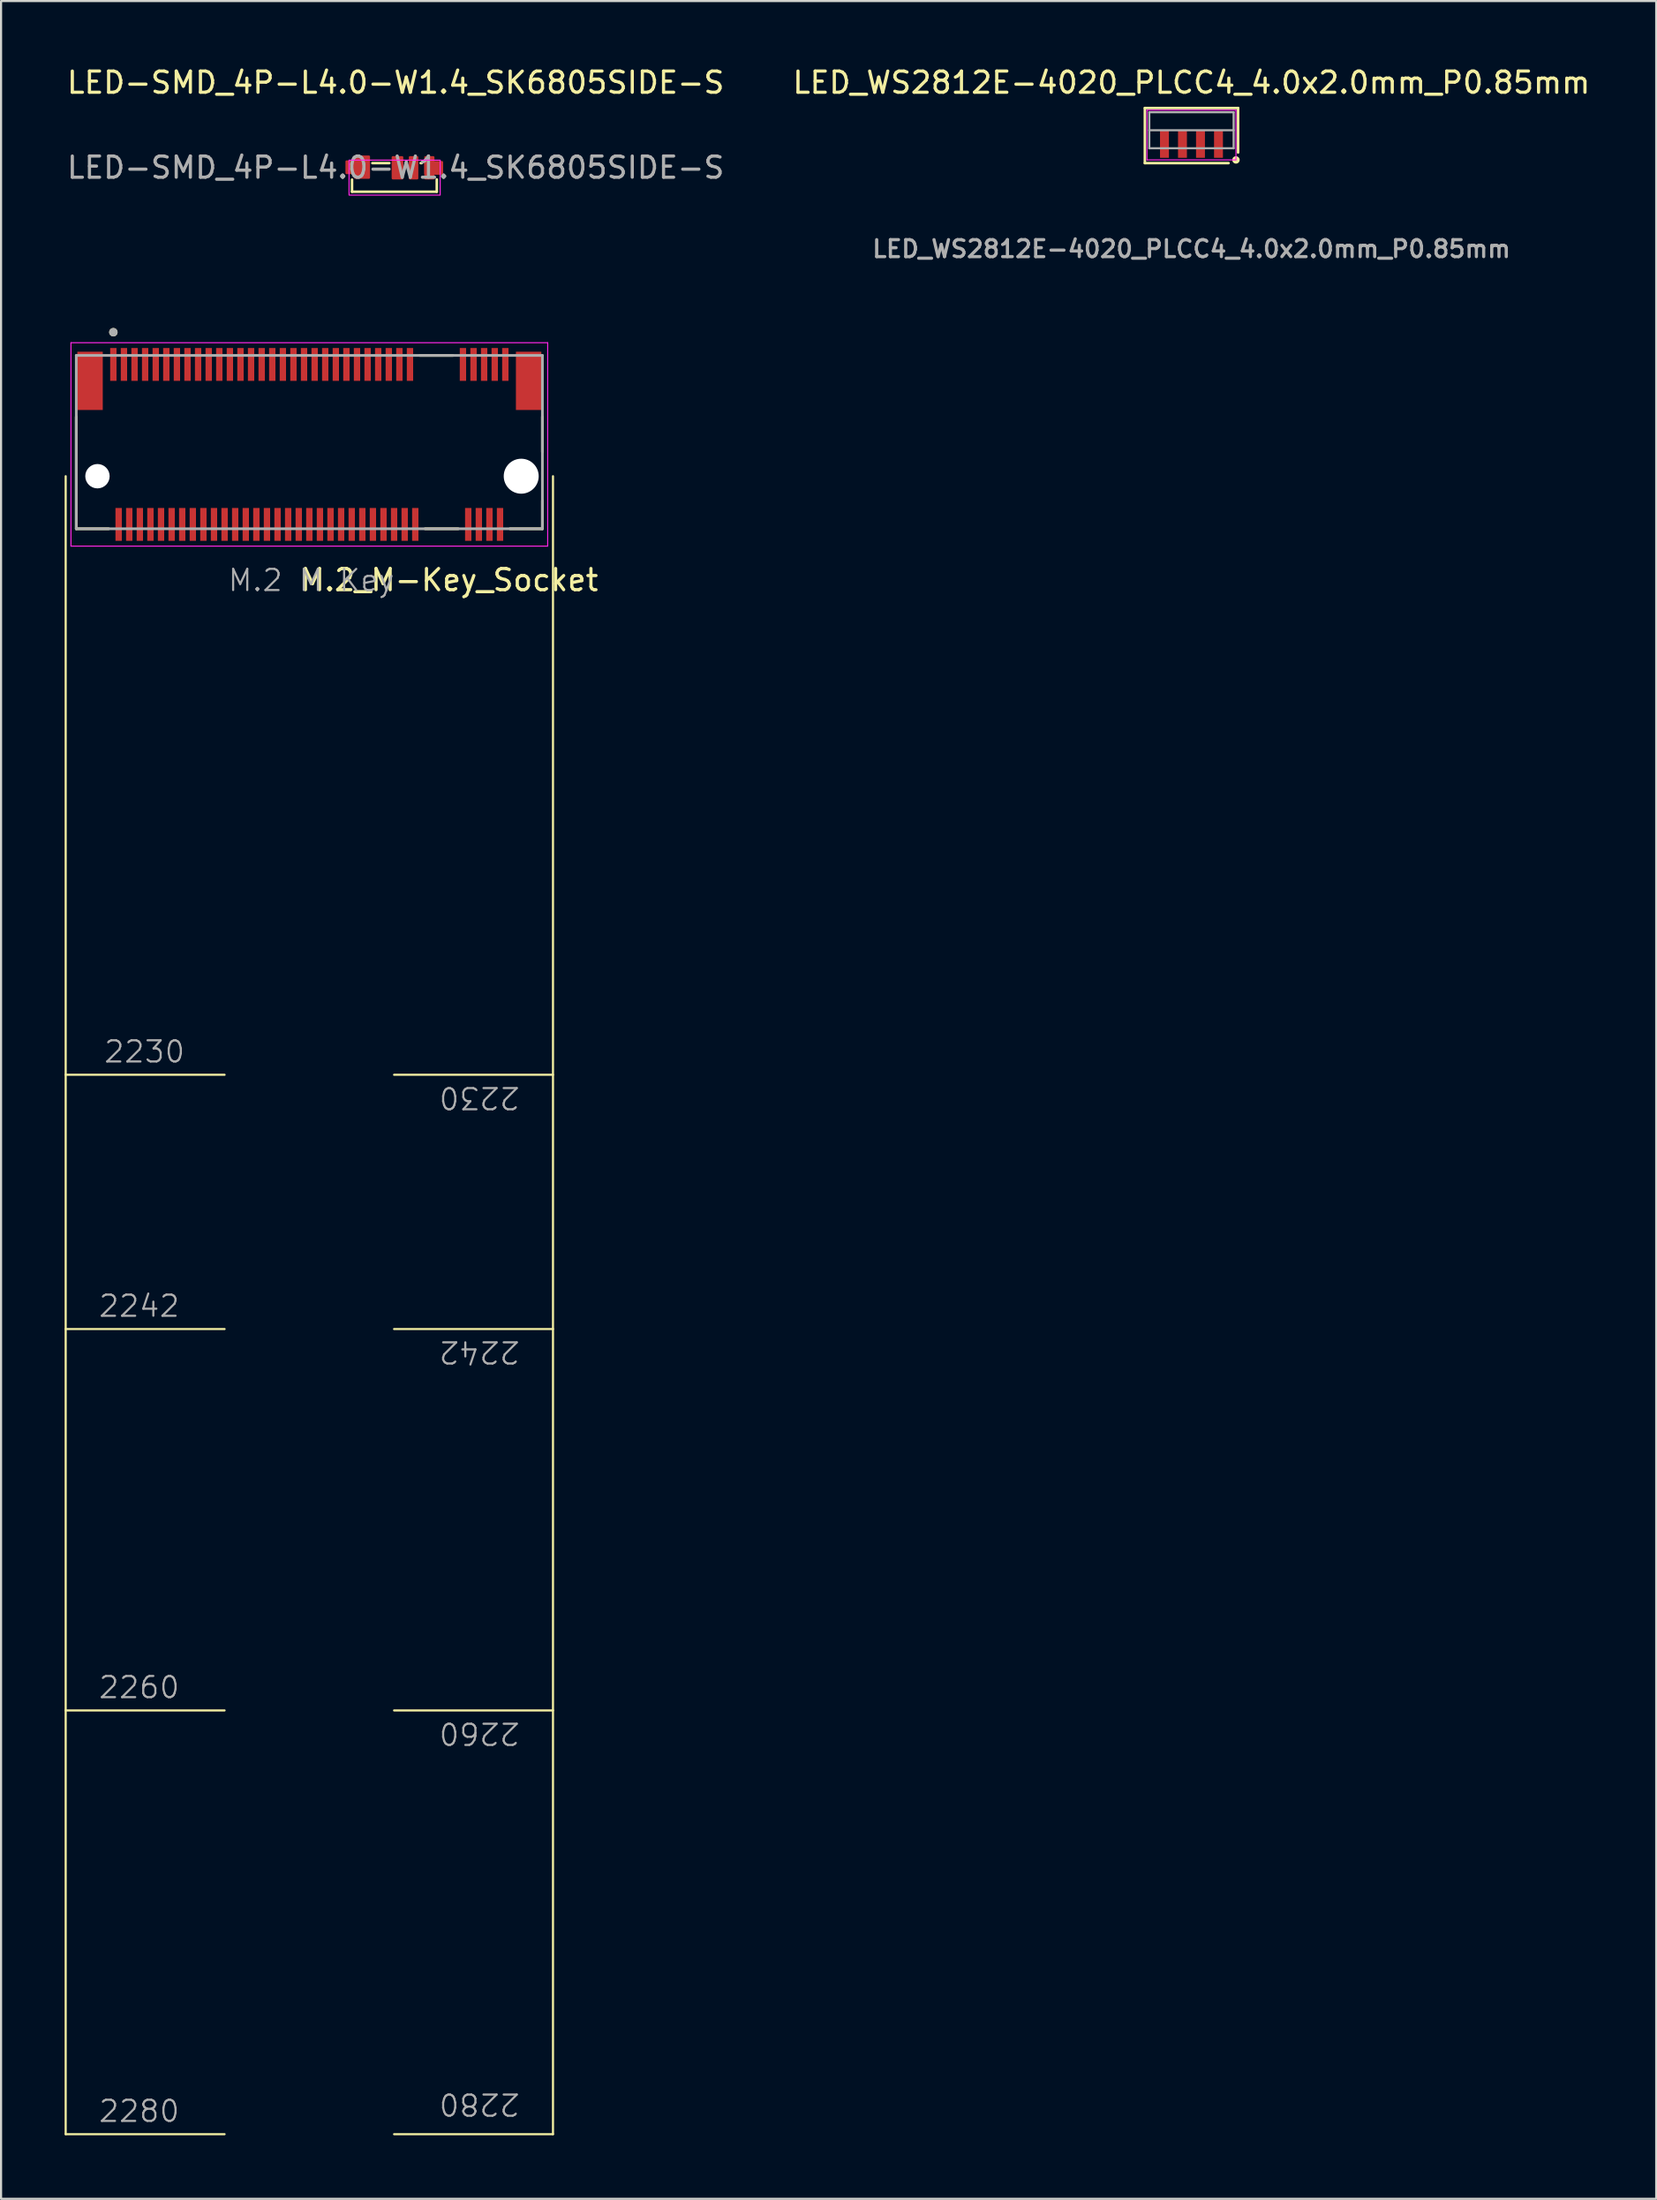
<source format=kicad_pcb>
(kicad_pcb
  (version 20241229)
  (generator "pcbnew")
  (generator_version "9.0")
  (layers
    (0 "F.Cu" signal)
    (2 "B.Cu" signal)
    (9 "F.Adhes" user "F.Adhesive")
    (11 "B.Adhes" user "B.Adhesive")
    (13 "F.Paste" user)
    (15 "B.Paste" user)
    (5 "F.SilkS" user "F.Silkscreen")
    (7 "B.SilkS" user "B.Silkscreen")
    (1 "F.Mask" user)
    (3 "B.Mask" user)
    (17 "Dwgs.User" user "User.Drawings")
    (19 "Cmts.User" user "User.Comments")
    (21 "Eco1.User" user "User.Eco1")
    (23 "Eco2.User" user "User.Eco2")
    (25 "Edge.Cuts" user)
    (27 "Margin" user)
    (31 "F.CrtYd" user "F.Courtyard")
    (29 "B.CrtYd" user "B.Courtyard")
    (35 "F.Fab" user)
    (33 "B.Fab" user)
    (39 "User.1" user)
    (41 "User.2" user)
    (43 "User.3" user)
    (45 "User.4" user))
  (footprint "M.2_M-Key_Socket"
    (layer "F.Cu")
    (at 11.55 19.425)
    (property "Reference" "M.2_M-Key_Socket" (at 6.6 4.9 0) (layer "F.SilkS") (effects (font (size 1 1) (thickness 0.15))))
    (fp_line (start -11.5 0) (end -11.5 78.25) (stroke (width 0.1) (type default)) (layer "F.SilkS"))
    (fp_line (start -11.5 28.25) (end -4 28.25) (stroke (width 0.1) (type default)) (layer "F.SilkS"))
    (fp_line (start -11.5 40.25) (end -4 40.25) (stroke (width 0.1) (type default)) (layer "F.SilkS"))
    (fp_line (start -11.5 58.25) (end -4 58.25) (stroke (width 0.1) (type default)) (layer "F.SilkS"))
    (fp_line (start -11.5 78.25) (end -4 78.25) (stroke (width 0.1) (type default)) (layer "F.SilkS"))
    (fp_line (start -11 2.48) (end -11 -2.805) (stroke (width 0.127) (type solid)) (layer "F.SilkS"))
    (fp_line (start -9.47 2.48) (end -11 2.48) (stroke (width 0.127) (type solid)) (layer "F.SilkS"))
    (fp_line (start 4 28.25) (end 11.5 28.25) (stroke (width 0.1) (type default)) (layer "F.SilkS"))
    (fp_line (start 4 40.25) (end 11.5 40.25) (stroke (width 0.1) (type default)) (layer "F.SilkS"))
    (fp_line (start 4 58.25) (end 11.5 58.25) (stroke (width 0.1) (type default)) (layer "F.SilkS"))
    (fp_line (start 4 78.25) (end 11.5 78.25) (stroke (width 0.1) (type default)) (layer "F.SilkS"))
    (fp_line (start 5.213 -5.7) (end 6.777 -5.7) (stroke (width 0.127) (type solid)) (layer "F.SilkS"))
    (fp_line (start 5.463 2.48) (end 7.027 2.48) (stroke (width 0.127) (type solid)) (layer "F.SilkS"))
    (fp_line (start 11 -2.805) (end 11 -1.145) (stroke (width 0.127) (type solid)) (layer "F.SilkS"))
    (fp_line (start 11 2.48) (end 9.47 2.48) (stroke (width 0.127) (type solid)) (layer "F.SilkS"))
    (fp_line (start 11 2.48) (end 11 1.145) (stroke (width 0.127) (type solid)) (layer "F.SilkS"))
    (fp_line (start 11.5 78.25) (end 11.5 0) (stroke (width 0.1) (type default)) (layer "F.SilkS"))
    (fp_circle (center -9.25 -6.796) (end -9.15 -6.796) (stroke (width 0.2) (type solid)) (fill no) (layer "F.SilkS"))
    (fp_line (start -11.25 -6.3) (end -11.25 3.3) (stroke (width 0.05) (type solid)) (layer "F.CrtYd"))
    (fp_line (start -11.25 3.3) (end 11.25 3.3) (stroke (width 0.05) (type solid)) (layer "F.CrtYd"))
    (fp_line (start 11.25 -6.3) (end -11.25 -6.3) (stroke (width 0.05) (type solid)) (layer "F.CrtYd"))
    (fp_line (start 11.25 3.3) (end 11.25 -6.3) (stroke (width 0.05) (type solid)) (layer "F.CrtYd"))
    (fp_line (start -11 -5.7) (end 11 -5.7) (stroke (width 0.127) (type solid)) (layer "F.Fab"))
    (fp_line (start -11 2.48) (end -11 -5.7) (stroke (width 0.127) (type solid)) (layer "F.Fab"))
    (fp_line (start 11 -5.7) (end 11 2.48) (stroke (width 0.127) (type solid)) (layer "F.Fab"))
    (fp_line (start 11 2.48) (end -11 2.48) (stroke (width 0.127) (type solid)) (layer "F.Fab"))
    (fp_circle (center -9.25 -6.796) (end -9.15 -6.796) (stroke (width 0.2) (type solid)) (fill no) (layer "F.Fab"))
    (fp_text user "2260" (at -10 57.75 0) (unlocked yes) (layer "F.Fab") (effects (font (size 1 1) (thickness 0.1)) (justify left bottom)))
    (fp_text user "2242" (at -10 39.75 0) (unlocked yes) (layer "F.Fab") (effects (font (size 1 1) (thickness 0.1)) (justify left bottom)))
    (fp_text user "M.2 M Key" (at -3.9 5.5 0) (unlocked yes) (layer "F.Fab") (effects (font (size 1 1) (thickness 0.1)) (justify left bottom)))
    (fp_text user "2230" (at 10 28.75 180) (unlocked yes) (layer "F.Fab") (effects (font (size 1 1) (thickness 0.1)) (justify left bottom)))
    (fp_text user "2280" (at -10 77.75 0) (unlocked yes) (layer "F.Fab") (effects (font (size 1 1) (thickness 0.1)) (justify left bottom)))
    (fp_text user "2260" (at 10 58.75 180) (unlocked yes) (layer "F.Fab") (effects (font (size 1 1) (thickness 0.1)) (justify left bottom)))
    (fp_text user "2280" (at 10 76.25 180) (unlocked yes) (layer "F.Fab") (effects (font (size 1 1) (thickness 0.1)) (justify left bottom)))
    (fp_text user "2242" (at 10 40.75 180) (unlocked yes) (layer "F.Fab") (effects (font (size 1 1) (thickness 0.1)) (justify left bottom)))
    (fp_text user "2230" (at -9.75 27.75 0) (unlocked yes) (layer "F.Fab") (effects (font (size 1 1) (thickness 0.1)) (justify left bottom)))
    (pad "" np_thru_hole circle (at -10 0) (size 1.15 1.15) (drill 1.15) (layers "*.Cu" "*.Mask"))
    (pad "" np_thru_hole circle (at 10 0) (size 1.65 1.65) (drill 1.65) (layers "*.Cu" "*.Mask"))
    (pad "1" smd rect (at -9.25 -5.275) (size 0.3 1.55) (layers "F.Cu" "F.Mask" "F.Paste"))
    (pad "2" smd rect (at -9 2.275) (size 0.3 1.55) (layers "F.Cu" "F.Mask" "F.Paste"))
    (pad "3" smd rect (at -8.75 -5.275) (size 0.3 1.55) (layers "F.Cu" "F.Mask" "F.Paste"))
    (pad "4" smd rect (at -8.5 2.275) (size 0.3 1.55) (layers "F.Cu" "F.Mask" "F.Paste"))
    (pad "5" smd rect (at -8.25 -5.275) (size 0.3 1.55) (layers "F.Cu" "F.Mask" "F.Paste"))
    (pad "6" smd rect (at -8 2.275) (size 0.3 1.55) (layers "F.Cu" "F.Mask" "F.Paste"))
    (pad "7" smd rect (at -7.75 -5.275) (size 0.3 1.55) (layers "F.Cu" "F.Mask" "F.Paste"))
    (pad "8" smd rect (at -7.5 2.275) (size 0.3 1.55) (layers "F.Cu" "F.Mask" "F.Paste"))
    (pad "9" smd rect (at -7.25 -5.275) (size 0.3 1.55) (layers "F.Cu" "F.Mask" "F.Paste"))
    (pad "10" smd rect (at -7 2.275) (size 0.3 1.55) (layers "F.Cu" "F.Mask" "F.Paste"))
    (pad "11" smd rect (at -6.75 -5.275) (size 0.3 1.55) (layers "F.Cu" "F.Mask" "F.Paste"))
    (pad "12" smd rect (at -6.5 2.275) (size 0.3 1.55) (layers "F.Cu" "F.Mask" "F.Paste"))
    (pad "13" smd rect (at -6.25 -5.275) (size 0.3 1.55) (layers "F.Cu" "F.Mask" "F.Paste"))
    (pad "14" smd rect (at -6 2.275) (size 0.3 1.55) (layers "F.Cu" "F.Mask" "F.Paste"))
    (pad "15" smd rect (at -5.75 -5.275) (size 0.3 1.55) (layers "F.Cu" "F.Mask" "F.Paste"))
    (pad "16" smd rect (at -5.5 2.275) (size 0.3 1.55) (layers "F.Cu" "F.Mask" "F.Paste"))
    (pad "17" smd rect (at -5.25 -5.275) (size 0.3 1.55) (layers "F.Cu" "F.Mask" "F.Paste"))
    (pad "18" smd rect (at -5 2.275) (size 0.3 1.55) (layers "F.Cu" "F.Mask" "F.Paste"))
    (pad "19" smd rect (at -4.75 -5.275) (size 0.3 1.55) (layers "F.Cu" "F.Mask" "F.Paste"))
    (pad "20" smd rect (at -4.5 2.275) (size 0.3 1.55) (layers "F.Cu" "F.Mask" "F.Paste"))
    (pad "21" smd rect (at -4.25 -5.275) (size 0.3 1.55) (layers "F.Cu" "F.Mask" "F.Paste"))
    (pad "22" smd rect (at -4 2.275) (size 0.3 1.55) (layers "F.Cu" "F.Mask" "F.Paste"))
    (pad "23" smd rect (at -3.75 -5.275) (size 0.3 1.55) (layers "F.Cu" "F.Mask" "F.Paste"))
    (pad "24" smd rect (at -3.5 2.275) (size 0.3 1.55) (layers "F.Cu" "F.Mask" "F.Paste"))
    (pad "25" smd rect (at -3.25 -5.275) (size 0.3 1.55) (layers "F.Cu" "F.Mask" "F.Paste"))
    (pad "26" smd rect (at -3 2.275) (size 0.3 1.55) (layers "F.Cu" "F.Mask" "F.Paste"))
    (pad "27" smd rect (at -2.75 -5.275) (size 0.3 1.55) (layers "F.Cu" "F.Mask" "F.Paste"))
    (pad "28" smd rect (at -2.5 2.275) (size 0.3 1.55) (layers "F.Cu" "F.Mask" "F.Paste"))
    (pad "29" smd rect (at -2.25 -5.275) (size 0.3 1.55) (layers "F.Cu" "F.Mask" "F.Paste"))
    (pad "30" smd rect (at -2 2.275) (size 0.3 1.55) (layers "F.Cu" "F.Mask" "F.Paste"))
    (pad "31" smd rect (at -1.75 -5.275) (size 0.3 1.55) (layers "F.Cu" "F.Mask" "F.Paste"))
    (pad "32" smd rect (at -1.5 2.275) (size 0.3 1.55) (layers "F.Cu" "F.Mask" "F.Paste"))
    (pad "33" smd rect (at -1.25 -5.275) (size 0.3 1.55) (layers "F.Cu" "F.Mask" "F.Paste"))
    (pad "34" smd rect (at -1 2.275) (size 0.3 1.55) (layers "F.Cu" "F.Mask" "F.Paste"))
    (pad "35" smd rect (at -0.75 -5.275) (size 0.3 1.55) (layers "F.Cu" "F.Mask" "F.Paste"))
    (pad "36" smd rect (at -0.5 2.275) (size 0.3 1.55) (layers "F.Cu" "F.Mask" "F.Paste"))
    (pad "37" smd rect (at -0.25 -5.275) (size 0.3 1.55) (layers "F.Cu" "F.Mask" "F.Paste"))
    (pad "38" smd rect (at 0 2.275) (size 0.3 1.55) (layers "F.Cu" "F.Mask" "F.Paste"))
    (pad "39" smd rect (at 0.25 -5.275) (size 0.3 1.55) (layers "F.Cu" "F.Mask" "F.Paste"))
    (pad "40" smd rect (at 0.5 2.275) (size 0.3 1.55) (layers "F.Cu" "F.Mask" "F.Paste"))
    (pad "41" smd rect (at 0.75 -5.275) (size 0.3 1.55) (layers "F.Cu" "F.Mask" "F.Paste"))
    (pad "42" smd rect (at 1 2.275) (size 0.3 1.55) (layers "F.Cu" "F.Mask" "F.Paste"))
    (pad "43" smd rect (at 1.25 -5.275) (size 0.3 1.55) (layers "F.Cu" "F.Mask" "F.Paste"))
    (pad "44" smd rect (at 1.5 2.275) (size 0.3 1.55) (layers "F.Cu" "F.Mask" "F.Paste"))
    (pad "45" smd rect (at 1.75 -5.275) (size 0.3 1.55) (layers "F.Cu" "F.Mask" "F.Paste"))
    (pad "46" smd rect (at 2 2.275) (size 0.3 1.55) (layers "F.Cu" "F.Mask" "F.Paste"))
    (pad "47" smd rect (at 2.25 -5.275) (size 0.3 1.55) (layers "F.Cu" "F.Mask" "F.Paste"))
    (pad "48" smd rect (at 2.5 2.275) (size 0.3 1.55) (layers "F.Cu" "F.Mask" "F.Paste"))
    (pad "49" smd rect (at 2.75 -5.275) (size 0.3 1.55) (layers "F.Cu" "F.Mask" "F.Paste"))
    (pad "50" smd rect (at 3 2.275) (size 0.3 1.55) (layers "F.Cu" "F.Mask" "F.Paste"))
    (pad "51" smd rect (at 3.25 -5.275) (size 0.3 1.55) (layers "F.Cu" "F.Mask" "F.Paste"))
    (pad "52" smd rect (at 3.5 2.275) (size 0.3 1.55) (layers "F.Cu" "F.Mask" "F.Paste"))
    (pad "53" smd rect (at 3.75 -5.275) (size 0.3 1.55) (layers "F.Cu" "F.Mask" "F.Paste"))
    (pad "54" smd rect (at 4 2.275) (size 0.3 1.55) (layers "F.Cu" "F.Mask" "F.Paste"))
    (pad "55" smd rect (at 4.25 -5.275) (size 0.3 1.55) (layers "F.Cu" "F.Mask" "F.Paste"))
    (pad "56" smd rect (at 4.5 2.275) (size 0.3 1.55) (layers "F.Cu" "F.Mask" "F.Paste"))
    (pad "57" smd rect (at 4.75 -5.275) (size 0.3 1.55) (layers "F.Cu" "F.Mask" "F.Paste"))
    (pad "58" smd rect (at 5 2.275) (size 0.3 1.55) (layers "F.Cu" "F.Mask" "F.Paste"))
    (pad "67" smd rect (at 7.25 -5.275) (size 0.3 1.55) (layers "F.Cu" "F.Mask" "F.Paste"))
    (pad "68" smd rect (at 7.5 2.275) (size 0.3 1.55) (layers "F.Cu" "F.Mask" "F.Paste"))
    (pad "69" smd rect (at 7.75 -5.275) (size 0.3 1.55) (layers "F.Cu" "F.Mask" "F.Paste"))
    (pad "70" smd rect (at 8 2.275) (size 0.3 1.55) (layers "F.Cu" "F.Mask" "F.Paste"))
    (pad "71" smd rect (at 8.25 -5.275) (size 0.3 1.55) (layers "F.Cu" "F.Mask" "F.Paste"))
    (pad "72" smd rect (at 8.5 2.275) (size 0.3 1.55) (layers "F.Cu" "F.Mask" "F.Paste"))
    (pad "73" smd rect (at 8.75 -5.275) (size 0.3 1.55) (layers "F.Cu" "F.Mask" "F.Paste"))
    (pad "74" smd rect (at 9 2.275) (size 0.3 1.55) (layers "F.Cu" "F.Mask" "F.Paste"))
    (pad "75" smd rect (at 9.25 -5.275) (size 0.3 1.55) (layers "F.Cu" "F.Mask" "F.Paste"))
    (pad "MP" smd rect (at -10.35 -4.5) (size 1.2 2.75) (layers "F.Cu" "F.Mask" "F.Paste"))
    (pad "MP" smd rect (at 10.35 -4.5) (size 1.2 2.75) (layers "F.Cu" "F.Mask" "F.Paste")))
  (footprint "LED-SMD_4P-L4.0-W1.4_SK6805SIDE-S"
    (layer "F.Cu")
    (at 15.625 4.858)
    (property "Reference" "LED-SMD_4P-L4.0-W1.4_SK6805SIDE-S" (at 0 -4.01 0) (layer "F.SilkS") (effects (font (size 1 1) (thickness 0.15))))
    (attr smd)
    (fp_line (start -2.06 0.57) (end -2.06 1.14) (stroke (width 0.12) (type solid)) (layer "F.SilkS"))
    (fp_line (start -2.06 1.14) (end 1.94 1.14) (stroke (width 0.12) (type solid)) (layer "F.SilkS"))
    (fp_line (start -1.1 -0.21) (end -0.3 -0.21) (stroke (width 0.12) (type solid)) (layer "F.SilkS"))
    (fp_line (start 0.48 -0.21) (end 0.5 -0.21) (stroke (width 0.12) (type solid)) (layer "F.SilkS"))
    (fp_line (start 1.18 -0.21) (end 1.23 -0.21) (stroke (width 0.12) (type solid)) (layer "F.SilkS"))
    (fp_line (start 1.94 1.14) (end 1.94 0.56) (stroke (width 0.12) (type solid)) (layer "F.SilkS"))
    (fp_rect (start -2.2 -0.35) (end 2.1 1.3) (stroke (width 0.05) (type default)) (fill no) (layer "F.CrtYd"))
    (fp_circle (center -2.06 -0.21) (end -2.03 -0.21) (stroke (width 0.06) (type solid)) (fill no) (layer "F.Fab"))
    (fp_text user "${REFERENCE}" (at 0 0 0) (layer "F.Fab") (effects (font (size 1 1) (thickness 0.15))))
    (pad "1" smd custom (at -1.79 -0.01) (size 0.01 0.01) (layers "F.Cu" "F.Mask" "F.Paste") (options (anchor circle)) (primitives (gr_poly (pts (xy -0.12 -0.51) (xy -0.12 -0.28) (xy -0.53 -0.28) (xy -0.53 0.27) (xy -0.12 0.27) (xy -0.12 0.49) (xy 0.53 0.49) (xy 0.53 -0.51)) (width 0.1) (fill yes))))
    (pad "2" smd custom (at 0.09 0.01) (size 0.01 0.01) (layers "F.Cu" "F.Mask" "F.Paste") (options (anchor circle)) (primitives (gr_poly (pts (xy -0.23 -0.5) (xy -0.23 0.5) (xy 0.22 0.5) (xy 0.22 -0.5)) (width 0.1) (fill yes))))
    (pad "3" smd custom (at 0.84 0.01) (size 0.01 0.01) (layers "F.Cu" "F.Mask" "F.Paste") (options (anchor circle)) (primitives (gr_poly (pts (xy -0.17 -0.5) (xy -0.17 0.5) (xy 0.18 0.5) (xy 0.18 -0.5)) (width 0.1) (fill yes))))
    (pad "4" smd custom (at 1.79 0.01) (size 0.01 0.01) (layers "F.Cu" "F.Mask" "F.Paste") (options (anchor circle)) (primitives (gr_poly (pts (xy -0.01 -0.27) (xy -0.01 -0.5) (xy -0.39 -0.5) (xy -0.39 -0.27) (xy -0.4 -0.27) (xy -0.4 0.28) (xy -0.39 0.28) (xy -0.39 0.5) (xy -0.01 0.5) (xy -0.01 0.28) (xy 0.4 0.28) (xy 0.4 -0.27)) (width 0.1) (fill yes)))))
  (footprint "LED_WS2812E-4020_PLCC4_4.0x2.0mm_P0.85mm"
    (layer "F.Cu")
    (at 53.185 3.098)
    (property "Reference" "LED_WS2812E-4020_PLCC4_4.0x2.0mm_P0.85mm" (at 0 -2.25 0) (layer "F.SilkS") (effects (font (size 1 1) (thickness 0.15))))
    (attr smd)
    (fp_line (start -2.2 -1.05) (end -2.2 1.55) (stroke (width 0.12) (type default)) (layer "F.SilkS"))
    (fp_line (start -2.2 1.55) (end 1.75 1.55) (stroke (width 0.12) (type default)) (layer "F.SilkS"))
    (fp_line (start 2.2 -1.05) (end -2.2 -1.05) (stroke (width 0.12) (type default)) (layer "F.SilkS"))
    (fp_line (start 2.2 1.05) (end 2.2 -1.05) (stroke (width 0.12) (type default)) (layer "F.SilkS"))
    (fp_circle (center 2.1 1.4) (end 2.2 1.4) (stroke (width 0.15) (type solid)) (fill yes) (layer "F.SilkS"))
    (fp_line (start -2.1 -0.95) (end -2.1 1.4) (stroke (width 0.05) (type solid)) (layer "F.CrtYd"))
    (fp_line (start -2.1 1.4) (end 2.1 1.4) (stroke (width 0.05) (type solid)) (layer "F.CrtYd"))
    (fp_line (start 2.1 -0.95) (end -2.1 -0.95) (stroke (width 0.05) (type solid)) (layer "F.CrtYd"))
    (fp_line (start 2.1 1.4) (end 2.1 -0.95) (stroke (width 0.05) (type solid)) (layer "F.CrtYd"))
    (fp_line (start -1.99 -0.85) (end -1.99 0.85) (stroke (width 0.1) (type solid)) (layer "F.Fab"))
    (fp_line (start -1.99 0.85) (end 1.99 0.85) (stroke (width 0.1) (type solid)) (layer "F.Fab"))
    (fp_line (start 1.99 -0.85) (end -1.99 -0.85) (stroke (width 0.1) (type solid)) (layer "F.Fab"))
    (fp_line (start 1.99 0) (end -1.99 0) (stroke (width 0.1) (type solid)) (layer "F.Fab"))
    (fp_line (start 1.99 0.85) (end 1.99 -0.85) (stroke (width 0.1) (type solid)) (layer "F.Fab"))
    (fp_text user "${REFERENCE}" (at 0 5.6 0) (layer "F.Fab") (effects (font (size 0.8 0.8) (thickness 0.15))))
    (pad "1" smd rect (at 1.275 0.65) (size 0.42 1.3) (layers "F.Cu" "F.Mask" "F.Paste"))
    (pad "2" smd rect (at 0.425 0.65) (size 0.42 1.3) (layers "F.Cu" "F.Mask" "F.Paste"))
    (pad "3" smd rect (at -0.425 0.65) (size 0.42 1.3) (layers "F.Cu" "F.Mask" "F.Paste"))
    (pad "4" smd rect (at -1.275 0.65) (size 0.42 1.3) (layers "F.Cu" "F.Mask" "F.Paste")))
  (gr_rect
    (start -3 -3)
    (end 75.119 100.725)
    (stroke (width 0.1) (type default))
    (fill no)
    (layer "Edge.Cuts")))
</source>
